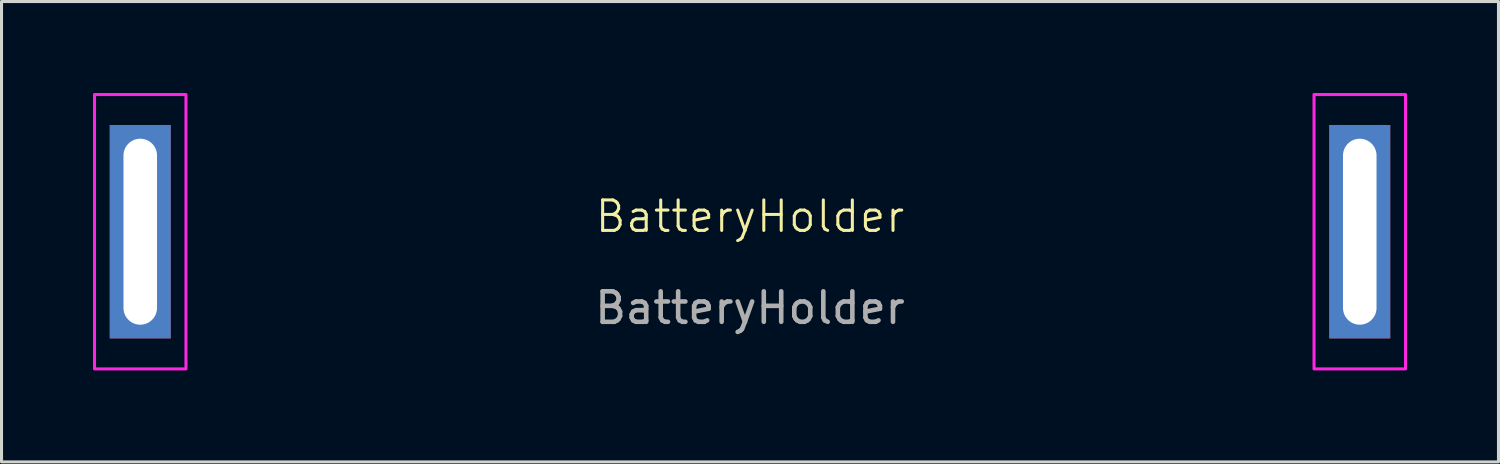
<source format=kicad_pcb>
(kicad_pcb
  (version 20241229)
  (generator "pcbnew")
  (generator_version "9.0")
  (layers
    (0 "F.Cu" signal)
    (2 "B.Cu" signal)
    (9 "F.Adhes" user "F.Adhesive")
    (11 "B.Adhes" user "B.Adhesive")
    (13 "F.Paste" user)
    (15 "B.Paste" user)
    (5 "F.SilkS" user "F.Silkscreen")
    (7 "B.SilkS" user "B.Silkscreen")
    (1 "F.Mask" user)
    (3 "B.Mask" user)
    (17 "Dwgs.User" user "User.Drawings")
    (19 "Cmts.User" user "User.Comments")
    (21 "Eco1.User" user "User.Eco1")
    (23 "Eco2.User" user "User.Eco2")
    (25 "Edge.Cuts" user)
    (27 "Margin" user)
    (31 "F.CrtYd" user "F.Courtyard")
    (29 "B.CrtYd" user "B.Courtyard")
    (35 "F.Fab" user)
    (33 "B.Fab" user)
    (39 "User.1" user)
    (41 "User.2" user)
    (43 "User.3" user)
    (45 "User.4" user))
  (footprint "BatteryHolder"
    (layer "F.Cu")
    (at 21.55 4.55)
    (property "Reference" "BatteryHolder" (at 0 -0.5 0) (unlocked yes) (layer "F.SilkS") (effects (font (size 1 1) (thickness 0.1))))
    (attr through_hole)
    (fp_rect (start -21.5 -4.5) (end -18.5 4.5) (stroke (width 0.1) (type default)) (fill no) (layer "F.CrtYd"))
    (fp_rect (start 18.5 -4.5) (end 21.5 4.5) (stroke (width 0.1) (type default)) (fill no) (layer "F.CrtYd"))
    (fp_text user "${REFERENCE}" (at 0 2.5 0) (unlocked yes) (layer "F.Fab") (effects (font (size 1 1) (thickness 0.15))))
    (pad "1" thru_hole rect (at -20 0) (size 2 7) (drill oval 1.1 6.1) (layers "*.Cu" "*.Mask"))
    (pad "2" thru_hole rect (at 20 0) (size 2 7) (drill oval 1.1 6.1) (layers "*.Cu" "*.Mask")))
  (gr_rect
    (start -3 -3)
    (end 46.1 12.1)
    (stroke (width 0.1) (type default))
    (fill no)
    (layer "Edge.Cuts")))
</source>
